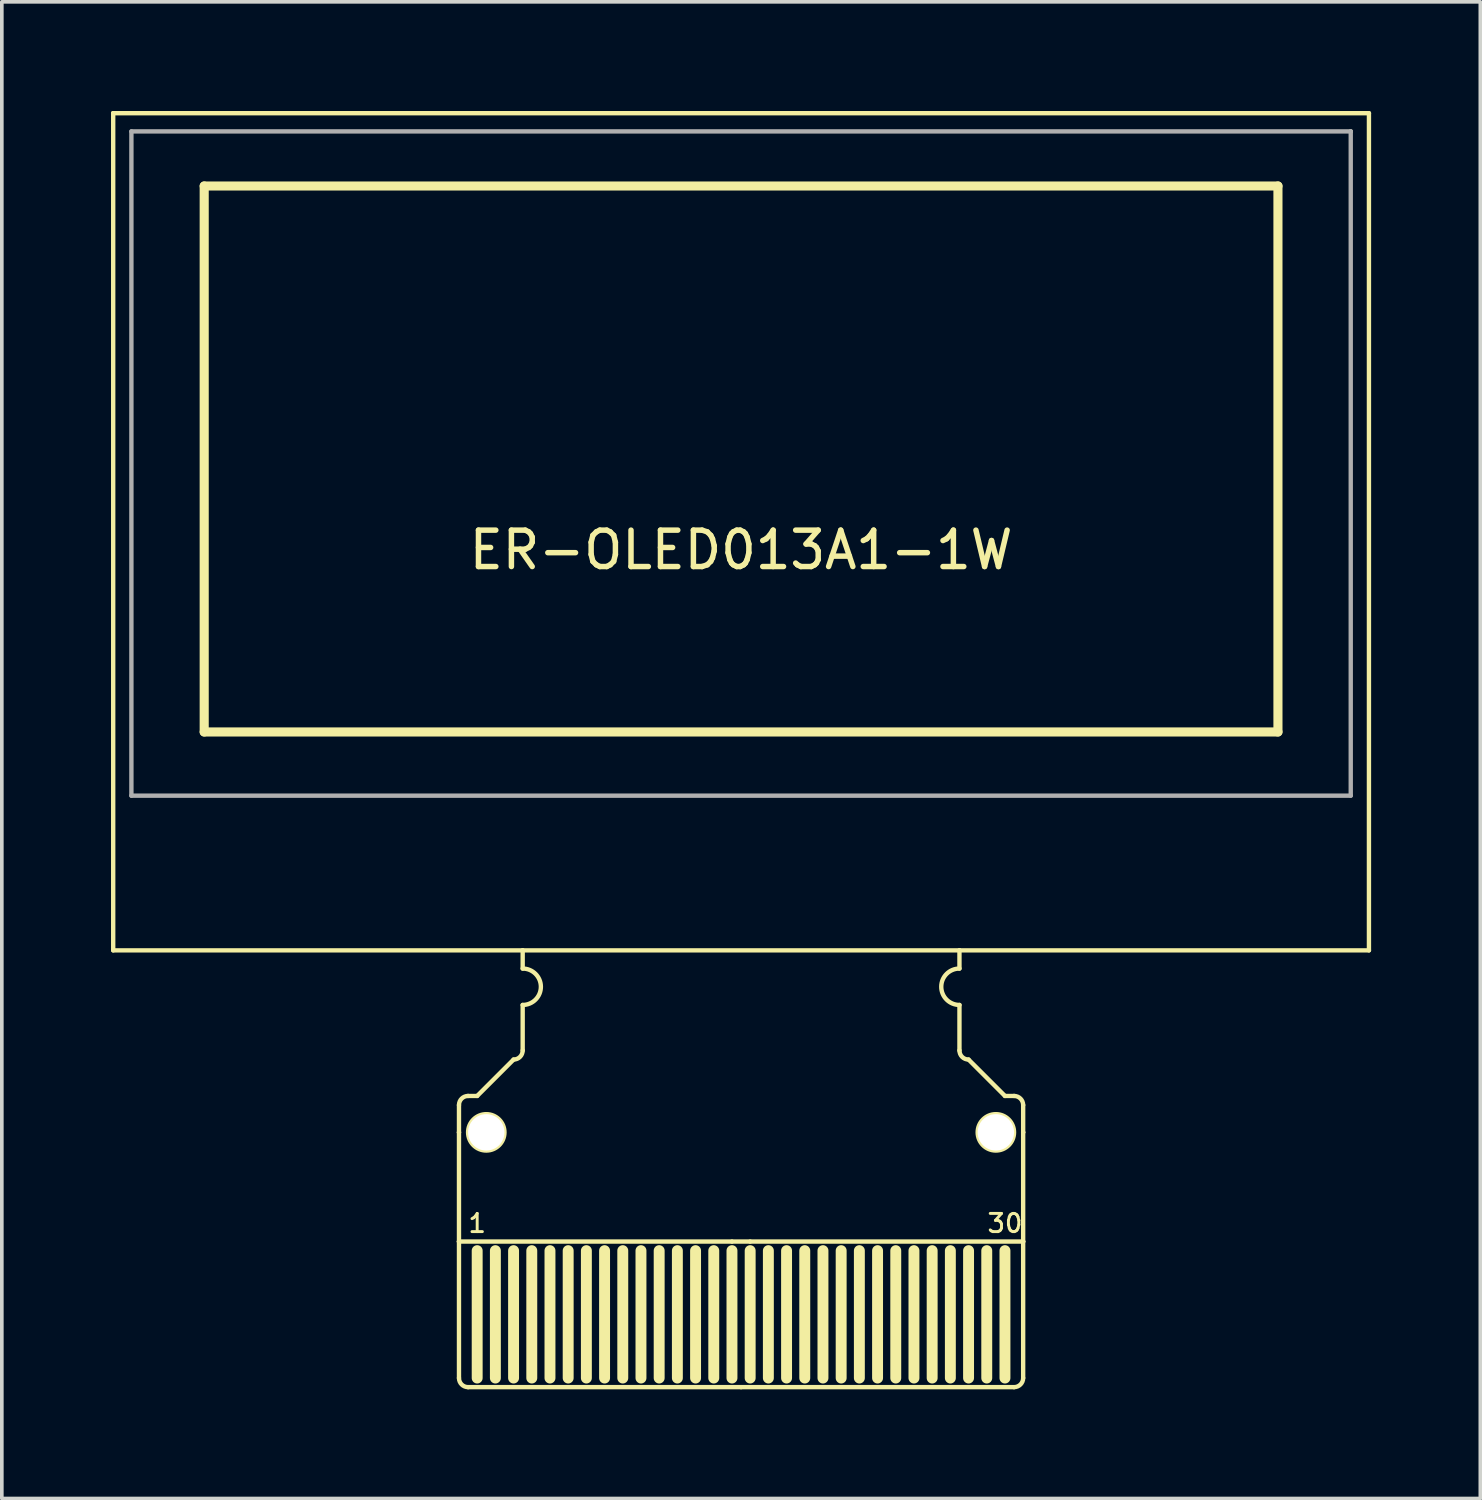
<source format=kicad_pcb>
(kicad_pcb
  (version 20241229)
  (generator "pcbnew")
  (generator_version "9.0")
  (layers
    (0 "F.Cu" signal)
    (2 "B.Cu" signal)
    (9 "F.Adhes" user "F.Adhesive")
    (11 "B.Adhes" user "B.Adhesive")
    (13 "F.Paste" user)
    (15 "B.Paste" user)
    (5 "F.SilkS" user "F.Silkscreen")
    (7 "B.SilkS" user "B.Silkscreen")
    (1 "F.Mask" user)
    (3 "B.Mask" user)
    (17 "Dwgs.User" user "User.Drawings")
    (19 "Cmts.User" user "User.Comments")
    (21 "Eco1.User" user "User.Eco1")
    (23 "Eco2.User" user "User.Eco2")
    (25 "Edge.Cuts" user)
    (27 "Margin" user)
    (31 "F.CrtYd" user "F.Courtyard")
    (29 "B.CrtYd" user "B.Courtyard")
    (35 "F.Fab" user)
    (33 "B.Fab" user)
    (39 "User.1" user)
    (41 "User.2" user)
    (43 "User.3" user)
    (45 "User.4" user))
  (footprint "ER-OLED013A1-1W"
    (layer "F.Cu")
    (at 17.31 11.56)
    (property "Reference" "ER-OLED013A1-1W" (at 0 0.5 0) (layer "F.SilkS") (effects (font (size 1 1) (thickness 0.15))))
    (attr through_hole)
    (fp_line (start -17.25 -11.5) (end -17.25 -11.5) (stroke (width 0.12) (type solid)) (layer "F.SilkS"))
    (fp_line (start -17.25 -11.5) (end 17.25 -11.5) (stroke (width 0.12) (type solid)) (layer "F.SilkS"))
    (fp_line (start -17.25 11.5) (end -17.25 -11.5) (stroke (width 0.12) (type solid)) (layer "F.SilkS"))
    (fp_line (start -14.75 -9.5) (end 14.75 -9.5) (stroke (width 0.25) (type solid)) (layer "F.SilkS"))
    (fp_line (start -14.75 5.5) (end -14.75 -9.5) (stroke (width 0.25) (type solid)) (layer "F.SilkS"))
    (fp_line (start -7.75 16.5) (end -7.75 15.75) (stroke (width 0.12) (type solid)) (layer "F.SilkS"))
    (fp_line (start -7.75 16.5) (end -7.75 16.5) (stroke (width 0.12) (type solid)) (layer "F.SilkS"))
    (fp_line (start -7.75 19.5) (end -7.75 16.5) (stroke (width 0.12) (type solid)) (layer "F.SilkS"))
    (fp_line (start -7.75 19.5) (end -7.75 19.5) (stroke (width 0.12) (type solid)) (layer "F.SilkS"))
    (fp_line (start -7.75 23.25) (end -7.75 19.5) (stroke (width 0.12) (type solid)) (layer "F.SilkS"))
    (fp_line (start -7.5 15.5) (end -7.25 15.5) (stroke (width 0.12) (type solid)) (layer "F.SilkS"))
    (fp_line (start -7.25 15.5) (end -6.25 14.5) (stroke (width 0.12) (type solid)) (layer "F.SilkS"))
    (fp_line (start -7.25 23.25) (end -7.25 19.75) (stroke (width 0.3) (type solid)) (layer "F.SilkS"))
    (fp_line (start -6.75 23.25) (end -6.75 19.75) (stroke (width 0.3) (type solid)) (layer "F.SilkS"))
    (fp_line (start -6.25 23.25) (end -6.25 19.75) (stroke (width 0.3) (type solid)) (layer "F.SilkS"))
    (fp_line (start -6 11.5) (end -6 11.5) (stroke (width 0.12) (type solid)) (layer "F.SilkS"))
    (fp_line (start -6 12) (end -6 11.5) (stroke (width 0.12) (type solid)) (layer "F.SilkS"))
    (fp_line (start -6 13) (end -6 14.25) (stroke (width 0.12) (type solid)) (layer "F.SilkS"))
    (fp_line (start -5.75 23.25) (end -5.75 19.75) (stroke (width 0.3) (type solid)) (layer "F.SilkS"))
    (fp_line (start -5.25 23.25) (end -5.25 19.75) (stroke (width 0.3) (type solid)) (layer "F.SilkS"))
    (fp_line (start -4.75 23.25) (end -4.75 19.75) (stroke (width 0.3) (type solid)) (layer "F.SilkS"))
    (fp_line (start -4.25 23.25) (end -4.25 19.75) (stroke (width 0.3) (type solid)) (layer "F.SilkS"))
    (fp_line (start -3.75 23.25) (end -3.75 19.75) (stroke (width 0.3) (type solid)) (layer "F.SilkS"))
    (fp_line (start -3.25 23.25) (end -3.25 19.75) (stroke (width 0.3) (type solid)) (layer "F.SilkS"))
    (fp_line (start -2.75 23.25) (end -2.75 19.75) (stroke (width 0.3) (type solid)) (layer "F.SilkS"))
    (fp_line (start -2.25 23.25) (end -2.25 19.75) (stroke (width 0.3) (type solid)) (layer "F.SilkS"))
    (fp_line (start -1.75 23.25) (end -1.75 19.75) (stroke (width 0.3) (type solid)) (layer "F.SilkS"))
    (fp_line (start -1.25 23.25) (end -1.25 19.75) (stroke (width 0.3) (type solid)) (layer "F.SilkS"))
    (fp_line (start -0.75 23.25) (end -0.75 19.75) (stroke (width 0.3) (type solid)) (layer "F.SilkS"))
    (fp_line (start -0.25 19.5) (end -0.25 19.5) (stroke (width 0.12) (type solid)) (layer "F.SilkS"))
    (fp_line (start -0.25 23.25) (end -0.25 19.75) (stroke (width 0.3) (type solid)) (layer "F.SilkS"))
    (fp_line (start 0 23.5) (end -7.5 23.5) (stroke (width 0.12) (type solid)) (layer "F.SilkS"))
    (fp_line (start 0 23.5) (end 7.5 23.5) (stroke (width 0.12) (type solid)) (layer "F.SilkS"))
    (fp_line (start 0.25 19.5) (end 0.25 19.5) (stroke (width 0.12) (type solid)) (layer "F.SilkS"))
    (fp_line (start 0.25 23.25) (end 0.25 19.75) (stroke (width 0.3) (type solid)) (layer "F.SilkS"))
    (fp_line (start 0.75 23.25) (end 0.75 19.75) (stroke (width 0.3) (type solid)) (layer "F.SilkS"))
    (fp_line (start 1.25 23.25) (end 1.25 19.75) (stroke (width 0.3) (type solid)) (layer "F.SilkS"))
    (fp_line (start 1.75 23.25) (end 1.75 19.75) (stroke (width 0.3) (type solid)) (layer "F.SilkS"))
    (fp_line (start 2.25 23.25) (end 2.25 19.75) (stroke (width 0.3) (type solid)) (layer "F.SilkS"))
    (fp_line (start 2.75 23.25) (end 2.75 19.75) (stroke (width 0.3) (type solid)) (layer "F.SilkS"))
    (fp_line (start 3.25 23.25) (end 3.25 19.75) (stroke (width 0.3) (type solid)) (layer "F.SilkS"))
    (fp_line (start 3.75 23.25) (end 3.75 19.75) (stroke (width 0.3) (type solid)) (layer "F.SilkS"))
    (fp_line (start 4.25 23.25) (end 4.25 19.75) (stroke (width 0.3) (type solid)) (layer "F.SilkS"))
    (fp_line (start 4.75 23.25) (end 4.75 19.75) (stroke (width 0.3) (type solid)) (layer "F.SilkS"))
    (fp_line (start 5.25 23.25) (end 5.25 19.75) (stroke (width 0.3) (type solid)) (layer "F.SilkS"))
    (fp_line (start 5.75 23.25) (end 5.75 19.75) (stroke (width 0.3) (type solid)) (layer "F.SilkS"))
    (fp_line (start 6 11.5) (end 6 11.5) (stroke (width 0.12) (type solid)) (layer "F.SilkS"))
    (fp_line (start 6 12) (end 6 11.5) (stroke (width 0.12) (type solid)) (layer "F.SilkS"))
    (fp_line (start 6 13) (end 6 14.25) (stroke (width 0.12) (type solid)) (layer "F.SilkS"))
    (fp_line (start 6.25 14.5) (end 7.25 15.5) (stroke (width 0.12) (type solid)) (layer "F.SilkS"))
    (fp_line (start 6.25 23.25) (end 6.25 19.75) (stroke (width 0.3) (type solid)) (layer "F.SilkS"))
    (fp_line (start 6.75 23.25) (end 6.75 19.75) (stroke (width 0.3) (type solid)) (layer "F.SilkS"))
    (fp_line (start 7.25 23.25) (end 7.25 19.75) (stroke (width 0.3) (type solid)) (layer "F.SilkS"))
    (fp_line (start 7.5 15.5) (end 7.25 15.5) (stroke (width 0.12) (type solid)) (layer "F.SilkS"))
    (fp_line (start 7.75 16.5) (end 7.75 15.75) (stroke (width 0.12) (type solid)) (layer "F.SilkS"))
    (fp_line (start 7.75 16.5) (end 7.75 16.5) (stroke (width 0.12) (type solid)) (layer "F.SilkS"))
    (fp_line (start 7.75 19.5) (end -7.75 19.5) (stroke (width 0.12) (type solid)) (layer "F.SilkS"))
    (fp_line (start 7.75 19.5) (end 7.75 16.5) (stroke (width 0.12) (type solid)) (layer "F.SilkS"))
    (fp_line (start 7.75 19.5) (end 7.75 19.5) (stroke (width 0.12) (type solid)) (layer "F.SilkS"))
    (fp_line (start 7.75 23.25) (end 7.75 19.5) (stroke (width 0.12) (type solid)) (layer "F.SilkS"))
    (fp_line (start 14.75 -9.5) (end 14.75 5.5) (stroke (width 0.25) (type solid)) (layer "F.SilkS"))
    (fp_line (start 14.75 5.5) (end -14.75 5.5) (stroke (width 0.25) (type solid)) (layer "F.SilkS"))
    (fp_line (start 16.75 -11) (end 16.75 -11) (stroke (width 0.12) (type solid)) (layer "F.SilkS"))
    (fp_line (start 17.25 -11.5) (end 17.25 11.5) (stroke (width 0.12) (type solid)) (layer "F.SilkS"))
    (fp_line (start 17.25 11.5) (end -17.25 11.5) (stroke (width 0.12) (type solid)) (layer "F.SilkS"))
    (fp_arc (start -7.75 15.75) (mid -7.676777 15.573223) (end -7.5 15.5) (stroke (width 0.12) (type solid)) (layer "F.SilkS"))
    (fp_arc (start -7.5 23.5) (mid -7.676777 23.426777) (end -7.75 23.25) (stroke (width 0.12) (type solid)) (layer "F.SilkS"))
    (fp_arc (start -6 12) (mid -5.5 12.5) (end -6 13) (stroke (width 0.12) (type solid)) (layer "F.SilkS"))
    (fp_arc (start -6 14.25) (mid -6.073223 14.426777) (end -6.25 14.5) (stroke (width 0.12) (type solid)) (layer "F.SilkS"))
    (fp_arc (start 6 13) (mid 5.5 12.5) (end 6 12) (stroke (width 0.12) (type solid)) (layer "F.SilkS"))
    (fp_arc (start 6.25 14.5) (mid 6.073223 14.426777) (end 6 14.25) (stroke (width 0.12) (type solid)) (layer "F.SilkS"))
    (fp_arc (start 7.5 15.5) (mid 7.676777 15.573223) (end 7.75 15.75) (stroke (width 0.12) (type solid)) (layer "F.SilkS"))
    (fp_arc (start 7.75 23.25) (mid 7.676777 23.426777) (end 7.5 23.5) (stroke (width 0.12) (type solid)) (layer "F.SilkS"))
    (fp_circle (center -7 16.5) (end -6.5 16.5) (stroke (width 0.12) (type solid)) (fill no) (layer "F.SilkS"))
    (fp_circle (center 7 16.5) (end 6.5 16.5) (stroke (width 0.12) (type solid)) (fill no) (layer "F.SilkS"))
    (fp_line (start -16.75 -11) (end -16.75 7.25) (stroke (width 0.12) (type solid)) (layer "F.Fab"))
    (fp_line (start -16.75 -11) (end 16.75 -11) (stroke (width 0.12) (type solid)) (layer "F.Fab"))
    (fp_line (start -16.75 7.25) (end 16.75 7.25) (stroke (width 0.12) (type solid)) (layer "F.Fab"))
    (fp_line (start 16.75 7.25) (end 16.75 -11) (stroke (width 0.12) (type solid)) (layer "F.Fab"))
    (fp_text user "30" (at 7.25 19 0) (layer "F.SilkS") (effects (font (size 0.5 0.5) (thickness 0.08))))
    (fp_text user "1" (at -7.25 19 0) (layer "F.SilkS") (effects (font (size 0.5 0.5) (thickness 0.08))))
    (pad "" np_thru_hole circle (at -7 16.5) (size 1 1) (drill 1) (layers "*.Cu" "*.Mask"))
    (pad "" np_thru_hole circle (at 7 16.5) (size 1 1) (drill 1) (layers "*.Cu" "*.Mask")))
  (gr_rect
    (start -3 -3)
    (end 37.62 38.12)
    (stroke (width 0.1) (type default))
    (fill no)
    (layer "Edge.Cuts")))
</source>
